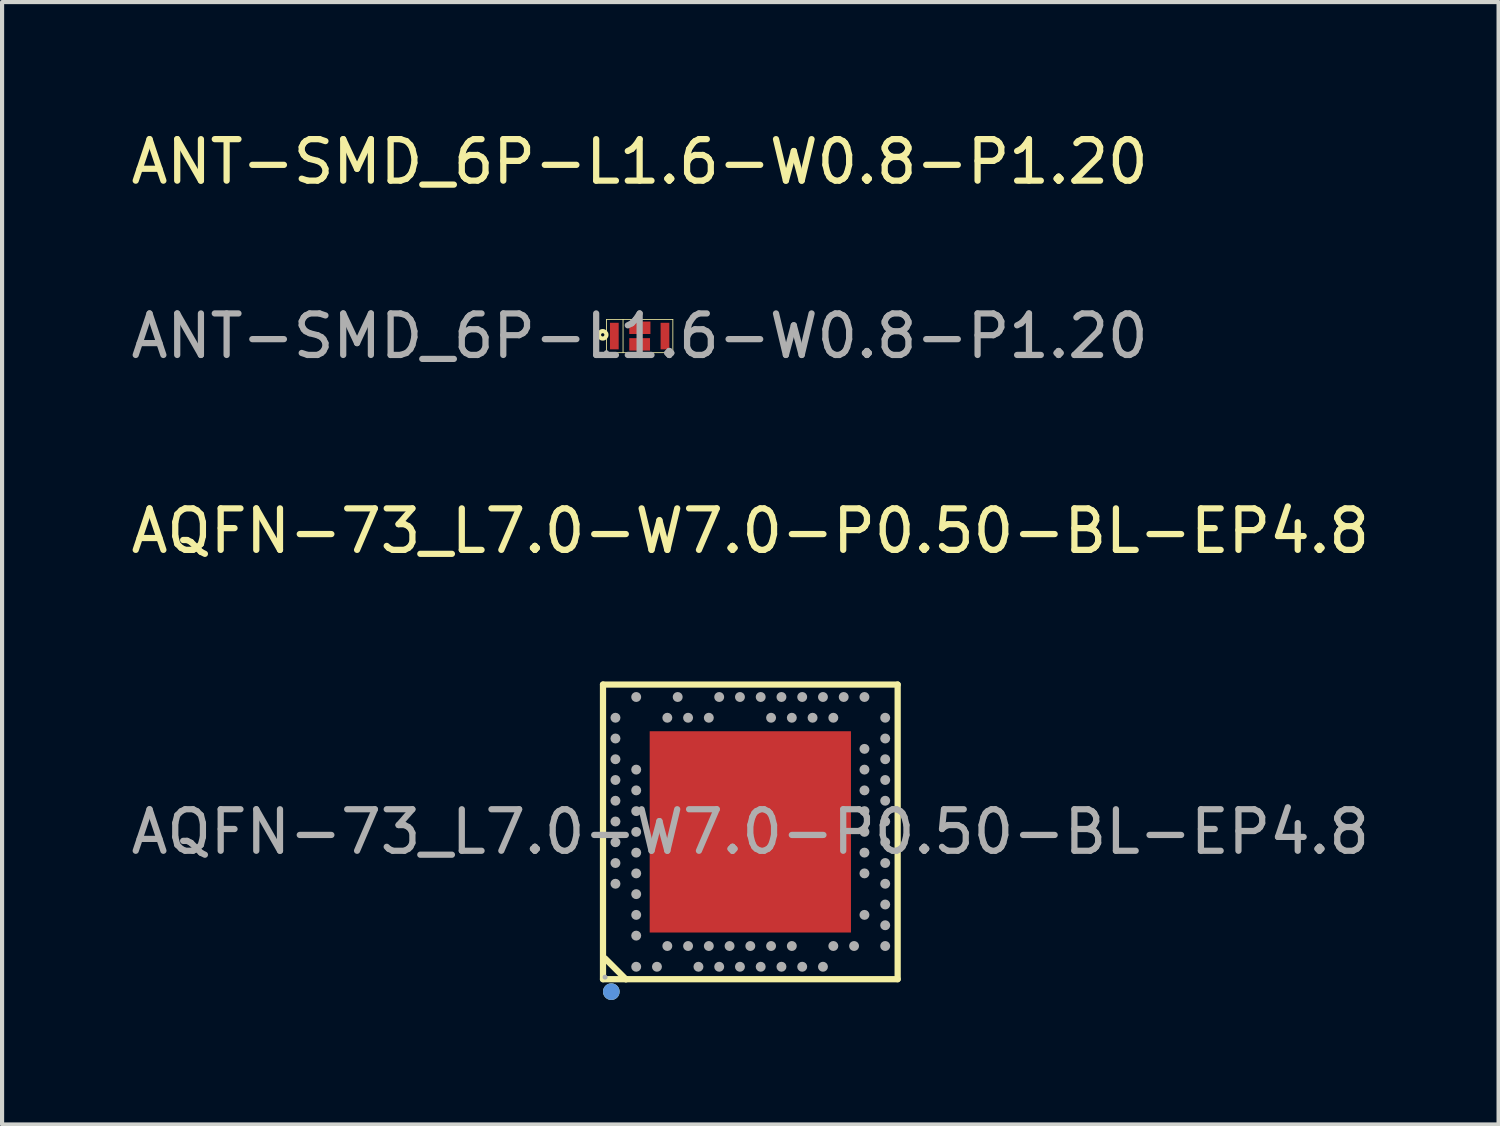
<source format=kicad_pcb>
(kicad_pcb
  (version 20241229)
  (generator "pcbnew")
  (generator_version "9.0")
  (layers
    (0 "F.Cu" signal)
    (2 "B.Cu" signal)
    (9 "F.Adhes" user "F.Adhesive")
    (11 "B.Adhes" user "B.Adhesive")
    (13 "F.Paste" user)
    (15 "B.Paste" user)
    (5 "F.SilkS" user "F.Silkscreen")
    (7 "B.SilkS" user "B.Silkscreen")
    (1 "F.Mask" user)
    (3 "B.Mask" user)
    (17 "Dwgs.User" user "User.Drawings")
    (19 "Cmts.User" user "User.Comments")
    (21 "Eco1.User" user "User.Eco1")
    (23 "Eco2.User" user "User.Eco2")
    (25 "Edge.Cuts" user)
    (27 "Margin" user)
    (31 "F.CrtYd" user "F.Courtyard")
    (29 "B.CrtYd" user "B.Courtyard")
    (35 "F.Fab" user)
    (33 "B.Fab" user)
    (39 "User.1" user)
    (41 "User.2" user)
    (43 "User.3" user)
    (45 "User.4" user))
  (footprint "ANT-SMD_6P-L1.6-W0.8-P1.20"
    (layer "F.Cu")
    (at 12.363 5.048)
    (property "Reference" "ANT-SMD_6P-L1.6-W0.8-P1.20" (at 0 -4.2 0) (layer "F.SilkS") (effects (font (size 1 1) (thickness 0.15))))
    (attr smd)
    (fp_line (start -0.8 -0.4) (end 0.8 -0.4) (stroke (width 0.02) (type solid)) (layer "F.SilkS"))
    (fp_line (start -0.8 0.4) (end -0.8 -0.4) (stroke (width 0.02) (type solid)) (layer "F.SilkS"))
    (fp_line (start -0.4 0.4) (end -0.4 -0.4) (stroke (width 0.02) (type solid)) (layer "F.SilkS"))
    (fp_line (start 0.8 -0.4) (end 0.8 0.4) (stroke (width 0.02) (type solid)) (layer "F.SilkS"))
    (fp_line (start 0.8 0.4) (end -0.8 0.4) (stroke (width 0.02) (type solid)) (layer "F.SilkS"))
    (fp_circle (center -0.89 -0.03) (end -0.85 -0.03) (stroke (width 0.1) (type solid)) (fill no) (layer "F.SilkS"))
    (fp_circle (center -0.8 0.4) (end -0.77 0.4) (stroke (width 0.06) (type solid)) (fill no) (layer "F.Fab"))
    (fp_text user "${REFERENCE}" (at 0 0 0) (layer "F.Fab") (effects (font (size 1 1) (thickness 0.15))))
    (pad "1" smd rect (at -0.61 0 270) (size 0.64 0.21) (layers "F.Cu" "F.Mask" "F.Paste"))
    (pad "2" smd rect (at -0.15 -0.2 270) (size 0.3 0.2) (layers "F.Cu" "F.Mask" "F.Paste"))
    (pad "3" smd rect (at 0.16 -0.2 270) (size 0.3 0.2) (layers "F.Cu" "F.Mask" "F.Paste"))
    (pad "4" smd rect (at 0.61 0 270) (size 0.64 0.21) (layers "F.Cu" "F.Mask" "F.Paste"))
    (pad "5" smd rect (at 0.15 0.2 270) (size 0.3 0.2) (layers "F.Cu" "F.Mask" "F.Paste"))
    (pad "6" smd rect (at -0.15 0.2 270) (size 0.3 0.2) (layers "F.Cu" "F.Mask" "F.Paste")))
  (footprint "AQFN-73_L7.0-W7.0-P0.50-BL-EP4.8"
    (layer "F.Cu")
    (at 15.03 16.995)
    (property "Reference" "AQFN-73_L7.0-W7.0-P0.50-BL-EP4.8" (at 0 -7.25 0) (layer "F.SilkS") (effects (font (size 1 1) (thickness 0.15))))
    (attr smd)
    (fp_line (start -3.55 -3.55) (end -3.55 3.55) (stroke (width 0.15) (type solid)) (layer "F.SilkS"))
    (fp_line (start -3.55 3.55) (end 3.55 3.55) (stroke (width 0.15) (type solid)) (layer "F.SilkS"))
    (fp_line (start -3.5 3.05) (end -3 3.55) (stroke (width 0.15) (type solid)) (layer "F.SilkS"))
    (fp_line (start -3 3.55) (end -2.99 3.55) (stroke (width 0.15) (type solid)) (layer "F.SilkS"))
    (fp_line (start 3.55 -3.55) (end -3.55 -3.55) (stroke (width 0.15) (type solid)) (layer "F.SilkS"))
    (fp_line (start 3.55 3.55) (end 3.55 -3.55) (stroke (width 0.15) (type solid)) (layer "F.SilkS"))
    (fp_circle (center -3.35 3.85) (end -3.25 3.85) (stroke (width 0.2) (type solid)) (fill no) (layer "F.SilkS"))
    (fp_circle (center -3.35 3.85) (end -3.25 3.85) (stroke (width 0.2) (type solid)) (fill no) (layer "Cmts.User"))
    (fp_circle (center -3.5 3.5) (end -3.47 3.5) (stroke (width 0.06) (type solid)) (fill no) (layer "F.Fab"))
    (fp_circle (center -3.25 -2.75) (end -3.19 -2.75) (stroke (width 0.12) (type solid)) (fill no) (layer "F.Fab"))
    (fp_circle (center -3.25 -2.25) (end -3.19 -2.25) (stroke (width 0.12) (type solid)) (fill no) (layer "F.Fab"))
    (fp_circle (center -3.25 -1.75) (end -3.19 -1.75) (stroke (width 0.12) (type solid)) (fill no) (layer "F.Fab"))
    (fp_circle (center -3.25 -1.25) (end -3.19 -1.25) (stroke (width 0.12) (type solid)) (fill no) (layer "F.Fab"))
    (fp_circle (center -3.25 -0.75) (end -3.19 -0.75) (stroke (width 0.12) (type solid)) (fill no) (layer "F.Fab"))
    (fp_circle (center -3.25 -0.25) (end -3.19 -0.25) (stroke (width 0.12) (type solid)) (fill no) (layer "F.Fab"))
    (fp_circle (center -3.25 0.25) (end -3.19 0.25) (stroke (width 0.12) (type solid)) (fill no) (layer "F.Fab"))
    (fp_circle (center -3.25 0.75) (end -3.19 0.75) (stroke (width 0.12) (type solid)) (fill no) (layer "F.Fab"))
    (fp_circle (center -3.25 1.25) (end -3.19 1.25) (stroke (width 0.12) (type solid)) (fill no) (layer "F.Fab"))
    (fp_circle (center -2.75 -3.25) (end -2.69 -3.25) (stroke (width 0.12) (type solid)) (fill no) (layer "F.Fab"))
    (fp_circle (center -2.75 -1.5) (end -2.69 -1.5) (stroke (width 0.12) (type solid)) (fill no) (layer "F.Fab"))
    (fp_circle (center -2.75 -1) (end -2.69 -1) (stroke (width 0.12) (type solid)) (fill no) (layer "F.Fab"))
    (fp_circle (center -2.75 -0.5) (end -2.69 -0.5) (stroke (width 0.12) (type solid)) (fill no) (layer "F.Fab"))
    (fp_circle (center -2.75 0) (end -2.69 0) (stroke (width 0.12) (type solid)) (fill no) (layer "F.Fab"))
    (fp_circle (center -2.75 0.5) (end -2.69 0.5) (stroke (width 0.12) (type solid)) (fill no) (layer "F.Fab"))
    (fp_circle (center -2.75 1) (end -2.69 1) (stroke (width 0.12) (type solid)) (fill no) (layer "F.Fab"))
    (fp_circle (center -2.75 1.5) (end -2.69 1.5) (stroke (width 0.12) (type solid)) (fill no) (layer "F.Fab"))
    (fp_circle (center -2.75 2) (end -2.69 2) (stroke (width 0.12) (type solid)) (fill no) (layer "F.Fab"))
    (fp_circle (center -2.75 2.5) (end -2.69 2.5) (stroke (width 0.12) (type solid)) (fill no) (layer "F.Fab"))
    (fp_circle (center -2.75 3.25) (end -2.69 3.25) (stroke (width 0.12) (type solid)) (fill no) (layer "F.Fab"))
    (fp_circle (center -2.25 3.25) (end -2.19 3.25) (stroke (width 0.12) (type solid)) (fill no) (layer "F.Fab"))
    (fp_circle (center -2 -2.75) (end -1.94 -2.75) (stroke (width 0.12) (type solid)) (fill no) (layer "F.Fab"))
    (fp_circle (center -2 2.75) (end -1.94 2.75) (stroke (width 0.12) (type solid)) (fill no) (layer "F.Fab"))
    (fp_circle (center -1.75 -3.25) (end -1.69 -3.25) (stroke (width 0.12) (type solid)) (fill no) (layer "F.Fab"))
    (fp_circle (center -1.5 -2.75) (end -1.44 -2.75) (stroke (width 0.12) (type solid)) (fill no) (layer "F.Fab"))
    (fp_circle (center -1.5 2.75) (end -1.44 2.75) (stroke (width 0.12) (type solid)) (fill no) (layer "F.Fab"))
    (fp_circle (center -1.25 3.25) (end -1.19 3.25) (stroke (width 0.12) (type solid)) (fill no) (layer "F.Fab"))
    (fp_circle (center -1 -2.75) (end -0.94 -2.75) (stroke (width 0.12) (type solid)) (fill no) (layer "F.Fab"))
    (fp_circle (center -1 2.75) (end -0.94 2.75) (stroke (width 0.12) (type solid)) (fill no) (layer "F.Fab"))
    (fp_circle (center -0.75 -3.25) (end -0.69 -3.25) (stroke (width 0.12) (type solid)) (fill no) (layer "F.Fab"))
    (fp_circle (center -0.75 3.25) (end -0.69 3.25) (stroke (width 0.12) (type solid)) (fill no) (layer "F.Fab"))
    (fp_circle (center -0.5 2.75) (end -0.44 2.75) (stroke (width 0.12) (type solid)) (fill no) (layer "F.Fab"))
    (fp_circle (center -0.25 -3.25) (end -0.19 -3.25) (stroke (width 0.12) (type solid)) (fill no) (layer "F.Fab"))
    (fp_circle (center -0.25 3.25) (end -0.19 3.25) (stroke (width 0.12) (type solid)) (fill no) (layer "F.Fab"))
    (fp_circle (center 0 2.75) (end 0.06 2.75) (stroke (width 0.12) (type solid)) (fill no) (layer "F.Fab"))
    (fp_circle (center 0.25 -3.25) (end 0.31 -3.25) (stroke (width 0.12) (type solid)) (fill no) (layer "F.Fab"))
    (fp_circle (center 0.25 3.25) (end 0.31 3.25) (stroke (width 0.12) (type solid)) (fill no) (layer "F.Fab"))
    (fp_circle (center 0.5 -2.75) (end 0.56 -2.75) (stroke (width 0.12) (type solid)) (fill no) (layer "F.Fab"))
    (fp_circle (center 0.5 2.75) (end 0.56 2.75) (stroke (width 0.12) (type solid)) (fill no) (layer "F.Fab"))
    (fp_circle (center 0.75 -3.25) (end 0.81 -3.25) (stroke (width 0.12) (type solid)) (fill no) (layer "F.Fab"))
    (fp_circle (center 0.75 3.25) (end 0.81 3.25) (stroke (width 0.12) (type solid)) (fill no) (layer "F.Fab"))
    (fp_circle (center 1 -2.75) (end 1.06 -2.75) (stroke (width 0.12) (type solid)) (fill no) (layer "F.Fab"))
    (fp_circle (center 1 2.75) (end 1.06 2.75) (stroke (width 0.12) (type solid)) (fill no) (layer "F.Fab"))
    (fp_circle (center 1.25 -3.25) (end 1.31 -3.25) (stroke (width 0.12) (type solid)) (fill no) (layer "F.Fab"))
    (fp_circle (center 1.25 3.25) (end 1.31 3.25) (stroke (width 0.12) (type solid)) (fill no) (layer "F.Fab"))
    (fp_circle (center 1.5 -2.75) (end 1.56 -2.75) (stroke (width 0.12) (type solid)) (fill no) (layer "F.Fab"))
    (fp_circle (center 1.75 -3.25) (end 1.81 -3.25) (stroke (width 0.12) (type solid)) (fill no) (layer "F.Fab"))
    (fp_circle (center 1.75 3.25) (end 1.81 3.25) (stroke (width 0.12) (type solid)) (fill no) (layer "F.Fab"))
    (fp_circle (center 2 -2.75) (end 2.06 -2.75) (stroke (width 0.12) (type solid)) (fill no) (layer "F.Fab"))
    (fp_circle (center 2 2.75) (end 2.06 2.75) (stroke (width 0.12) (type solid)) (fill no) (layer "F.Fab"))
    (fp_circle (center 2.25 -3.25) (end 2.31 -3.25) (stroke (width 0.12) (type solid)) (fill no) (layer "F.Fab"))
    (fp_circle (center 2.5 2.75) (end 2.56 2.75) (stroke (width 0.12) (type solid)) (fill no) (layer "F.Fab"))
    (fp_circle (center 2.75 -3.25) (end 2.81 -3.25) (stroke (width 0.12) (type solid)) (fill no) (layer "F.Fab"))
    (fp_circle (center 2.75 -2) (end 2.81 -2) (stroke (width 0.12) (type solid)) (fill no) (layer "F.Fab"))
    (fp_circle (center 2.75 -1.5) (end 2.81 -1.5) (stroke (width 0.12) (type solid)) (fill no) (layer "F.Fab"))
    (fp_circle (center 2.75 -1) (end 2.81 -1) (stroke (width 0.12) (type solid)) (fill no) (layer "F.Fab"))
    (fp_circle (center 2.75 -0.5) (end 2.81 -0.5) (stroke (width 0.12) (type solid)) (fill no) (layer "F.Fab"))
    (fp_circle (center 2.75 0) (end 2.81 0) (stroke (width 0.12) (type solid)) (fill no) (layer "F.Fab"))
    (fp_circle (center 2.75 0.5) (end 2.81 0.5) (stroke (width 0.12) (type solid)) (fill no) (layer "F.Fab"))
    (fp_circle (center 2.75 1) (end 2.81 1) (stroke (width 0.12) (type solid)) (fill no) (layer "F.Fab"))
    (fp_circle (center 2.75 2) (end 2.81 2) (stroke (width 0.12) (type solid)) (fill no) (layer "F.Fab"))
    (fp_circle (center 3.25 -2.75) (end 3.31 -2.75) (stroke (width 0.12) (type solid)) (fill no) (layer "F.Fab"))
    (fp_circle (center 3.25 -2.25) (end 3.31 -2.25) (stroke (width 0.12) (type solid)) (fill no) (layer "F.Fab"))
    (fp_circle (center 3.25 -1.75) (end 3.31 -1.75) (stroke (width 0.12) (type solid)) (fill no) (layer "F.Fab"))
    (fp_circle (center 3.25 -1.25) (end 3.31 -1.25) (stroke (width 0.12) (type solid)) (fill no) (layer "F.Fab"))
    (fp_circle (center 3.25 -0.75) (end 3.31 -0.75) (stroke (width 0.12) (type solid)) (fill no) (layer "F.Fab"))
    (fp_circle (center 3.25 -0.25) (end 3.31 -0.25) (stroke (width 0.12) (type solid)) (fill no) (layer "F.Fab"))
    (fp_circle (center 3.25 0.25) (end 3.31 0.25) (stroke (width 0.12) (type solid)) (fill no) (layer "F.Fab"))
    (fp_circle (center 3.25 0.75) (end 3.31 0.75) (stroke (width 0.12) (type solid)) (fill no) (layer "F.Fab"))
    (fp_circle (center 3.25 1.25) (end 3.31 1.25) (stroke (width 0.12) (type solid)) (fill no) (layer "F.Fab"))
    (fp_circle (center 3.25 1.75) (end 3.31 1.75) (stroke (width 0.12) (type solid)) (fill no) (layer "F.Fab"))
    (fp_circle (center 3.25 2.25) (end 3.31 2.25) (stroke (width 0.12) (type solid)) (fill no) (layer "F.Fab"))
    (fp_circle (center 3.25 2.75) (end 3.31 2.75) (stroke (width 0.12) (type solid)) (fill no) (layer "F.Fab"))
    (fp_text user "${REFERENCE}" (at 0 0 0) (layer "F.Fab") (effects (font (size 1 1) (thickness 0.15))))
    (pad "0" smd rect (at 0 0 90) (size 4.85 4.85) (layers "F.Cu" "F.Mask" "F.Paste"))
    (pad "A8" smd circle (at -3.25 1.25 90) (size 0.2 0.2) (layers "F.Cu" "F.Mask" "F.Paste"))
    (pad "A10" smd circle (at -3.25 0.75 90) (size 0.2 0.2) (layers "F.Cu" "F.Mask" "F.Paste"))
    (pad "A12" smd circle (at -3.25 0.25 90) (size 0.2 0.2) (layers "F.Cu" "F.Mask" "F.Paste"))
    (pad "A14" smd circle (at -3.25 -0.25 90) (size 0.2 0.2) (layers "F.Cu" "F.Mask" "F.Paste"))
    (pad "A16" smd circle (at -3.25 -0.75 90) (size 0.2 0.2) (layers "F.Cu" "F.Mask" "F.Paste"))
    (pad "A18" smd circle (at -3.25 -1.25 90) (size 0.2 0.2) (layers "F.Cu" "F.Mask" "F.Paste"))
    (pad "A20" smd circle (at -3.25 -1.75 90) (size 0.2 0.2) (layers "F.Cu" "F.Mask" "F.Paste"))
    (pad "A22" smd circle (at -3.25 -2.25 90) (size 0.2 0.2) (layers "F.Cu" "F.Mask" "F.Paste"))
    (pad "A23" smd circle (at -3.25 -2.75 90) (size 0.2 0.2) (layers "F.Cu" "F.Mask" "F.Paste"))
    (pad "AA24" smd circle (at 2.25 -3.25 90) (size 0.2 0.2) (layers "F.Cu" "F.Mask" "F.Paste"))
    (pad "AB2" smd circle (at 2.5 2.75 90) (size 0.2 0.2) (layers "F.Cu" "F.Mask" "F.Paste"))
    (pad "AC5" smd circle (at 2.75 2 90) (size 0.2 0.2) (layers "F.Cu" "F.Mask" "F.Paste"))
    (pad "AC9" smd circle (at 2.75 1 90) (size 0.2 0.2) (layers "F.Cu" "F.Mask" "F.Paste"))
    (pad "AC11" smd circle (at 2.75 0.5 90) (size 0.2 0.2) (layers "F.Cu" "F.Mask" "F.Paste"))
    (pad "AC13" smd circle (at 2.75 0 90) (size 0.2 0.2) (layers "F.Cu" "F.Mask" "F.Paste"))
    (pad "AC15" smd circle (at 2.75 -0.5 90) (size 0.2 0.2) (layers "F.Cu" "F.Mask" "F.Paste"))
    (pad "AC17" smd circle (at 2.75 -1 90) (size 0.2 0.2) (layers "F.Cu" "F.Mask" "F.Paste"))
    (pad "AC19" smd circle (at 2.75 -1.5 90) (size 0.2 0.2) (layers "F.Cu" "F.Mask" "F.Paste"))
    (pad "AC21" smd circle (at 2.75 -2 90) (size 0.2 0.2) (layers "F.Cu" "F.Mask" "F.Paste"))
    (pad "AC24" smd circle (at 2.75 -3.25 90) (size 0.2 0.2) (layers "F.Cu" "F.Mask" "F.Paste"))
    (pad "AD2" smd circle (at 3.25 2.75 90) (size 0.2 0.2) (layers "F.Cu" "F.Mask" "F.Paste"))
    (pad "AD4" smd circle (at 3.25 2.25 90) (size 0.2 0.2) (layers "F.Cu" "F.Mask" "F.Paste"))
    (pad "AD6" smd circle (at 3.25 1.75 90) (size 0.2 0.2) (layers "F.Cu" "F.Mask" "F.Paste"))
    (pad "AD8" smd circle (at 3.25 1.25 90) (size 0.2 0.2) (layers "F.Cu" "F.Mask" "F.Paste"))
    (pad "AD10" smd circle (at 3.25 0.75 90) (size 0.2 0.2) (layers "F.Cu" "F.Mask" "F.Paste"))
    (pad "AD12" smd circle (at 3.25 0.25 90) (size 0.2 0.2) (layers "F.Cu" "F.Mask" "F.Paste"))
    (pad "AD14" smd circle (at 3.25 -0.25 90) (size 0.2 0.2) (layers "F.Cu" "F.Mask" "F.Paste"))
    (pad "AD16" smd circle (at 3.25 -0.75 90) (size 0.2 0.2) (layers "F.Cu" "F.Mask" "F.Paste"))
    (pad "AD18" smd circle (at 3.25 -1.25 90) (size 0.2 0.2) (layers "F.Cu" "F.Mask" "F.Paste"))
    (pad "AD20" smd circle (at 3.25 -1.75 90) (size 0.2 0.2) (layers "F.Cu" "F.Mask" "F.Paste"))
    (pad "AD22" smd circle (at 3.25 -2.25 90) (size 0.2 0.2) (layers "F.Cu" "F.Mask" "F.Paste"))
    (pad "AD23" smd circle (at 3.25 -2.75 90) (size 0.2 0.2) (layers "F.Cu" "F.Mask" "F.Paste"))
    (pad "B1" smd circle (at -2.75 3.25 90) (size 0.2 0.2) (layers "F.Cu" "F.Mask" "F.Paste"))
    (pad "B3" smd circle (at -2.75 2.5 90) (size 0.2 0.2) (layers "F.Cu" "F.Mask" "F.Paste"))
    (pad "B5" smd circle (at -2.75 2 90) (size 0.2 0.2) (layers "F.Cu" "F.Mask" "F.Paste"))
    (pad "B7" smd circle (at -2.75 1.5 90) (size 0.2 0.2) (layers "F.Cu" "F.Mask" "F.Paste"))
    (pad "B9" smd circle (at -2.75 1 90) (size 0.2 0.2) (layers "F.Cu" "F.Mask" "F.Paste"))
    (pad "B11" smd circle (at -2.75 0.5 90) (size 0.2 0.2) (layers "F.Cu" "F.Mask" "F.Paste"))
    (pad "B13" smd circle (at -2.75 0 90) (size 0.2 0.2) (layers "F.Cu" "F.Mask" "F.Paste"))
    (pad "B15" smd circle (at -2.75 -0.5 90) (size 0.2 0.2) (layers "F.Cu" "F.Mask" "F.Paste"))
    (pad "B17" smd circle (at -2.75 -1 90) (size 0.2 0.2) (layers "F.Cu" "F.Mask" "F.Paste"))
    (pad "B19" smd circle (at -2.75 -1.5 90) (size 0.2 0.2) (layers "F.Cu" "F.Mask" "F.Paste"))
    (pad "B24" smd circle (at -2.75 -3.25 90) (size 0.2 0.2) (layers "F.Cu" "F.Mask" "F.Paste"))
    (pad "C1" smd circle (at -2.25 3.25 90) (size 0.2 0.2) (layers "F.Cu" "F.Mask" "F.Paste"))
    (pad "D2" smd circle (at -2 2.75 90) (size 0.2 0.2) (layers "F.Cu" "F.Mask" "F.Paste"))
    (pad "D23" smd circle (at -2 -2.75 90) (size 0.2 0.2) (layers "F.Cu" "F.Mask" "F.Paste"))
    (pad "E24" smd circle (at -1.75 -3.25 90) (size 0.2 0.2) (layers "F.Cu" "F.Mask" "F.Paste"))
    (pad "F2" smd circle (at -1.5 2.75 90) (size 0.2 0.2) (layers "F.Cu" "F.Mask" "F.Paste"))
    (pad "F23" smd circle (at -1.5 -2.75 90) (size 0.2 0.2) (layers "F.Cu" "F.Mask" "F.Paste"))
    (pad "G1" smd circle (at -1.25 3.25 90) (size 0.2 0.2) (layers "F.Cu" "F.Mask" "F.Paste"))
    (pad "H2" smd circle (at -1 2.75 90) (size 0.2 0.2) (layers "F.Cu" "F.Mask" "F.Paste"))
    (pad "H23" smd circle (at -1 -2.75 90) (size 0.2 0.2) (layers "F.Cu" "F.Mask" "F.Paste"))
    (pad "J1" smd circle (at -0.75 3.25 90) (size 0.2 0.2) (layers "F.Cu" "F.Mask" "F.Paste"))
    (pad "J24" smd circle (at -0.75 -3.25 90) (size 0.2 0.2) (layers "F.Cu" "F.Mask" "F.Paste"))
    (pad "K2" smd circle (at -0.5 2.75 90) (size 0.2 0.2) (layers "F.Cu" "F.Mask" "F.Paste"))
    (pad "L1" smd circle (at -0.25 3.25 90) (size 0.2 0.2) (layers "F.Cu" "F.Mask" "F.Paste"))
    (pad "L24" smd circle (at -0.25 -3.25 90) (size 0.2 0.2) (layers "F.Cu" "F.Mask" "F.Paste"))
    (pad "M2" smd circle (at 0 2.75 90) (size 0.2 0.2) (layers "F.Cu" "F.Mask" "F.Paste"))
    (pad "N1" smd circle (at 0.25 3.25 90) (size 0.2 0.2) (layers "F.Cu" "F.Mask" "F.Paste"))
    (pad "N24" smd circle (at 0.25 -3.25 90) (size 0.2 0.2) (layers "F.Cu" "F.Mask" "F.Paste"))
    (pad "P2" smd circle (at 0.5 2.75 90) (size 0.2 0.2) (layers "F.Cu" "F.Mask" "F.Paste"))
    (pad "P23" smd circle (at 0.5 -2.75 90) (size 0.2 0.2) (layers "F.Cu" "F.Mask" "F.Paste"))
    (pad "R1" smd circle (at 0.75 3.25 90) (size 0.2 0.2) (layers "F.Cu" "F.Mask" "F.Paste"))
    (pad "R24" smd circle (at 0.75 -3.25 90) (size 0.2 0.2) (layers "F.Cu" "F.Mask" "F.Paste"))
    (pad "T2" smd circle (at 1 2.75 90) (size 0.2 0.2) (layers "F.Cu" "F.Mask" "F.Paste"))
    (pad "T23" smd circle (at 1 -2.75 90) (size 0.2 0.2) (layers "F.Cu" "F.Mask" "F.Paste"))
    (pad "U1" smd circle (at 1.25 3.25 90) (size 0.2 0.2) (layers "F.Cu" "F.Mask" "F.Paste"))
    (pad "U24" smd circle (at 1.25 -3.25 90) (size 0.2 0.2) (layers "F.Cu" "F.Mask" "F.Paste"))
    (pad "V23" smd circle (at 1.5 -2.75 90) (size 0.2 0.2) (layers "F.Cu" "F.Mask" "F.Paste"))
    (pad "W1" smd circle (at 1.75 3.25 90) (size 0.2 0.2) (layers "F.Cu" "F.Mask" "F.Paste"))
    (pad "W24" smd circle (at 1.75 -3.25 90) (size 0.2 0.2) (layers "F.Cu" "F.Mask" "F.Paste"))
    (pad "Y2" smd circle (at 2 2.75 90) (size 0.2 0.2) (layers "F.Cu" "F.Mask" "F.Paste"))
    (pad "Y23" smd circle (at 2 -2.75 90) (size 0.2 0.2) (layers "F.Cu" "F.Mask" "F.Paste")))
  (gr_rect
    (start -3 -3)
    (end 33.06 24.045)
    (stroke (width 0.1) (type default))
    (fill no)
    (layer "Edge.Cuts")))
</source>
